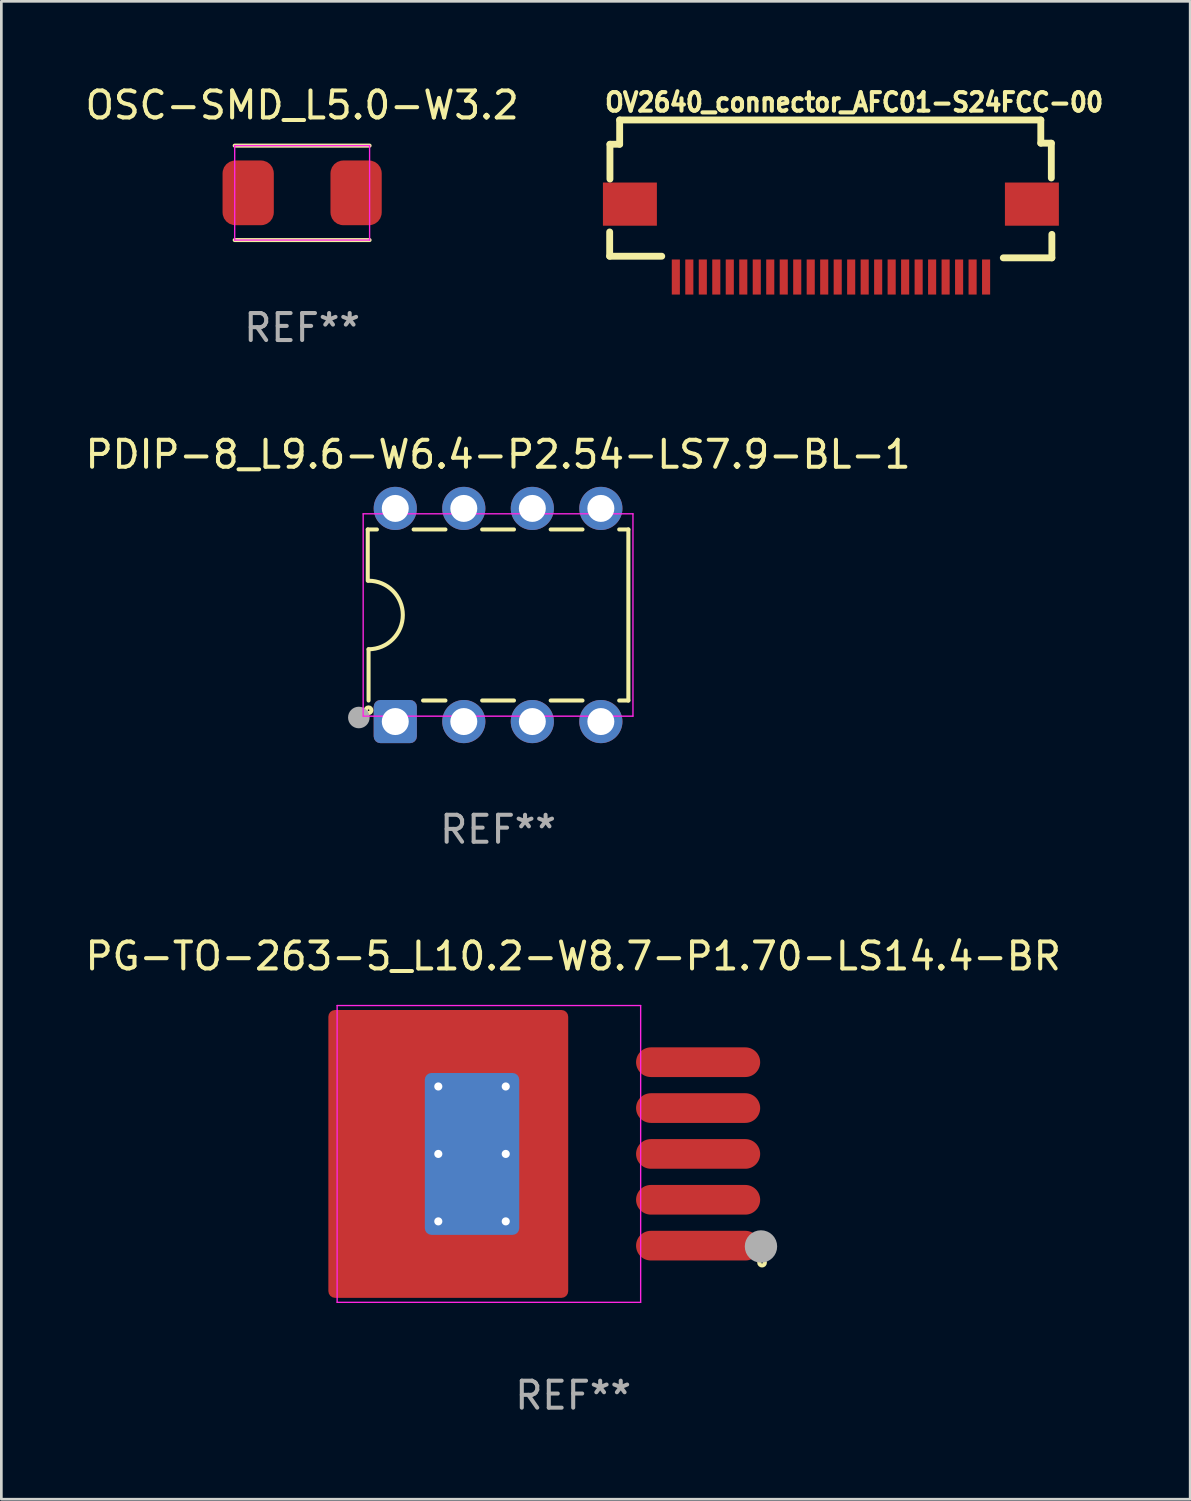
<source format=kicad_pcb>
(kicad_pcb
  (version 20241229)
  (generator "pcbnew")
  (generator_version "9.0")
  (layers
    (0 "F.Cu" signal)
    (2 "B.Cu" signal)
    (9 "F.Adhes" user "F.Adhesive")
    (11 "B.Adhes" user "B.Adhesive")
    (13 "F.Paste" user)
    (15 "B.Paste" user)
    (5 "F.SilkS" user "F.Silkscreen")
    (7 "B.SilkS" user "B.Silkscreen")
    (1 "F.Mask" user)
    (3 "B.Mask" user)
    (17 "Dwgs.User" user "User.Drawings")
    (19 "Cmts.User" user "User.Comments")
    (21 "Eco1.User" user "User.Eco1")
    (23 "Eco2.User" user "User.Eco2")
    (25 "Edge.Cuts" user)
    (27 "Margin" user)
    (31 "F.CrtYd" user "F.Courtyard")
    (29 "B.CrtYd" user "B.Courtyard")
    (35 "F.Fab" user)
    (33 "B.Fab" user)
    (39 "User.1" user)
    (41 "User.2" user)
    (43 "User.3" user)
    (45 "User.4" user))
  (footprint "OV2640_connector_AFC01-S24FCC-00"
    (layer "F.Cu")
    (at 27.748 5.867)
    (property "Reference" "OV2640_connector_AFC01-S24FCC-00" (at -8.45 -4.724 0) (layer "F.SilkS") (effects (font (size 0.686 0.628) (thickness 0.152)) (justify left bottom)))
    (fp_line (start -8.2 -0.32) (end -8.2 0.58) (stroke (width 0.254) (type default)) (layer "F.SilkS"))
    (fp_line (start -8.2 0.58) (end -6.27 0.58) (stroke (width 0.254) (type default)) (layer "F.SilkS"))
    (fp_line (start -8.19 -3.57) (end -7.83 -3.57) (stroke (width 0.254) (type default)) (layer "F.SilkS"))
    (fp_line (start -8.19 -2.28) (end -8.19 -3.57) (stroke (width 0.254) (type default)) (layer "F.SilkS"))
    (fp_line (start -7.83 -4.47) (end 7.78 -4.47) (stroke (width 0.254) (type default)) (layer "F.SilkS"))
    (fp_line (start -7.83 -3.57) (end -7.83 -4.47) (stroke (width 0.254) (type default)) (layer "F.SilkS"))
    (fp_line (start 7.78 -4.47) (end 7.78 -3.61) (stroke (width 0.254) (type default)) (layer "F.SilkS"))
    (fp_line (start 7.78 -3.61) (end 8.17 -3.61) (stroke (width 0.254) (type default)) (layer "F.SilkS"))
    (fp_line (start 8.17 -3.61) (end 8.17 -2.32) (stroke (width 0.254) (type default)) (layer "F.SilkS"))
    (fp_line (start 8.19 -0.23) (end 8.19 0.64) (stroke (width 0.254) (type default)) (layer "F.SilkS"))
    (fp_line (start 8.19 0.64) (end 6.39 0.64) (stroke (width 0.254) (type default)) (layer "F.SilkS"))
    (fp_poly (pts (xy -6.9 -1.851) (xy -6.9 -0.851) (xy -8.2 -0.851) (xy -8.2 -1.851)) (stroke (width 0.1) (type default)) (fill no) (layer "User.1"))
    (fp_poly (pts (xy -5.848 0.91) (xy -5.848 0.59) (xy -5.648 0.59) (xy -5.648 0.91)) (stroke (width 0.1) (type default)) (fill no) (layer "User.1"))
    (fp_poly (pts (xy -5.848 1.6) (xy -5.848 0.9) (xy -5.648 0.9) (xy -5.648 1.6)) (stroke (width 0.1) (type default)) (fill no) (layer "User.1"))
    (fp_poly (pts (xy -5.348 0.91) (xy -5.348 0.59) (xy -5.148 0.59) (xy -5.148 0.91)) (stroke (width 0.1) (type default)) (fill no) (layer "User.1"))
    (fp_poly (pts (xy -5.348 1.6) (xy -5.348 0.9) (xy -5.148 0.9) (xy -5.148 1.6)) (stroke (width 0.1) (type default)) (fill no) (layer "User.1"))
    (fp_poly (pts (xy -4.848 0.91) (xy -4.848 0.59) (xy -4.648 0.59) (xy -4.648 0.91)) (stroke (width 0.1) (type default)) (fill no) (layer "User.1"))
    (fp_poly (pts (xy -4.848 1.6) (xy -4.848 0.9) (xy -4.648 0.9) (xy -4.648 1.6)) (stroke (width 0.1) (type default)) (fill no) (layer "User.1"))
    (fp_poly (pts (xy -4.348 0.91) (xy -4.348 0.59) (xy -4.148 0.59) (xy -4.148 0.91)) (stroke (width 0.1) (type default)) (fill no) (layer "User.1"))
    (fp_poly (pts (xy -4.348 1.6) (xy -4.348 0.9) (xy -4.148 0.9) (xy -4.148 1.6)) (stroke (width 0.1) (type default)) (fill no) (layer "User.1"))
    (fp_poly (pts (xy -3.848 0.91) (xy -3.848 0.59) (xy -3.648 0.59) (xy -3.648 0.91)) (stroke (width 0.1) (type default)) (fill no) (layer "User.1"))
    (fp_poly (pts (xy -3.848 1.6) (xy -3.848 0.9) (xy -3.648 0.9) (xy -3.648 1.6)) (stroke (width 0.1) (type default)) (fill no) (layer "User.1"))
    (fp_poly (pts (xy -3.348 0.91) (xy -3.348 0.59) (xy -3.148 0.59) (xy -3.148 0.91)) (stroke (width 0.1) (type default)) (fill no) (layer "User.1"))
    (fp_poly (pts (xy -3.348 1.6) (xy -3.348 0.9) (xy -3.148 0.9) (xy -3.148 1.6)) (stroke (width 0.1) (type default)) (fill no) (layer "User.1"))
    (fp_poly (pts (xy -2.848 0.91) (xy -2.848 0.59) (xy -2.648 0.59) (xy -2.648 0.91)) (stroke (width 0.1) (type default)) (fill no) (layer "User.1"))
    (fp_poly (pts (xy -2.848 1.6) (xy -2.848 0.9) (xy -2.648 0.9) (xy -2.648 1.6)) (stroke (width 0.1) (type default)) (fill no) (layer "User.1"))
    (fp_poly (pts (xy -2.348 0.91) (xy -2.348 0.59) (xy -2.148 0.59) (xy -2.148 0.91)) (stroke (width 0.1) (type default)) (fill no) (layer "User.1"))
    (fp_poly (pts (xy -2.348 1.6) (xy -2.348 0.9) (xy -2.148 0.9) (xy -2.148 1.6)) (stroke (width 0.1) (type default)) (fill no) (layer "User.1"))
    (fp_poly (pts (xy -1.848 0.91) (xy -1.848 0.59) (xy -1.648 0.59) (xy -1.648 0.91)) (stroke (width 0.1) (type default)) (fill no) (layer "User.1"))
    (fp_poly (pts (xy -1.848 1.6) (xy -1.848 0.9) (xy -1.648 0.9) (xy -1.648 1.6)) (stroke (width 0.1) (type default)) (fill no) (layer "User.1"))
    (fp_poly (pts (xy -1.348 0.91) (xy -1.348 0.59) (xy -1.148 0.59) (xy -1.148 0.91)) (stroke (width 0.1) (type default)) (fill no) (layer "User.1"))
    (fp_poly (pts (xy -1.348 1.6) (xy -1.348 0.9) (xy -1.148 0.9) (xy -1.148 1.6)) (stroke (width 0.1) (type default)) (fill no) (layer "User.1"))
    (fp_poly (pts (xy -0.848 0.91) (xy -0.848 0.59) (xy -0.648 0.59) (xy -0.648 0.91)) (stroke (width 0.1) (type default)) (fill no) (layer "User.1"))
    (fp_poly (pts (xy -0.848 1.6) (xy -0.848 0.9) (xy -0.648 0.9) (xy -0.648 1.6)) (stroke (width 0.1) (type default)) (fill no) (layer "User.1"))
    (fp_poly (pts (xy -0.348 0.91) (xy -0.348 0.59) (xy -0.148 0.59) (xy -0.148 0.91)) (stroke (width 0.1) (type default)) (fill no) (layer "User.1"))
    (fp_poly (pts (xy -0.348 1.6) (xy -0.348 0.9) (xy -0.148 0.9) (xy -0.148 1.6)) (stroke (width 0.1) (type default)) (fill no) (layer "User.1"))
    (fp_poly (pts (xy 0.152 0.91) (xy 0.152 0.59) (xy 0.352 0.59) (xy 0.352 0.91)) (stroke (width 0.1) (type default)) (fill no) (layer "User.1"))
    (fp_poly (pts (xy 0.152 1.6) (xy 0.152 0.9) (xy 0.352 0.9) (xy 0.352 1.6)) (stroke (width 0.1) (type default)) (fill no) (layer "User.1"))
    (fp_poly (pts (xy 0.652 0.91) (xy 0.652 0.59) (xy 0.852 0.59) (xy 0.852 0.91)) (stroke (width 0.1) (type default)) (fill no) (layer "User.1"))
    (fp_poly (pts (xy 0.652 1.6) (xy 0.652 0.9) (xy 0.852 0.9) (xy 0.852 1.6)) (stroke (width 0.1) (type default)) (fill no) (layer "User.1"))
    (fp_poly (pts (xy 1.152 0.91) (xy 1.152 0.59) (xy 1.352 0.59) (xy 1.352 0.91)) (stroke (width 0.1) (type default)) (fill no) (layer "User.1"))
    (fp_poly (pts (xy 1.152 1.6) (xy 1.152 0.9) (xy 1.352 0.9) (xy 1.352 1.6)) (stroke (width 0.1) (type default)) (fill no) (layer "User.1"))
    (fp_poly (pts (xy 1.652 0.91) (xy 1.652 0.59) (xy 1.852 0.59) (xy 1.852 0.91)) (stroke (width 0.1) (type default)) (fill no) (layer "User.1"))
    (fp_poly (pts (xy 1.652 1.6) (xy 1.652 0.9) (xy 1.852 0.9) (xy 1.852 1.6)) (stroke (width 0.1) (type default)) (fill no) (layer "User.1"))
    (fp_poly (pts (xy 2.152 0.91) (xy 2.152 0.59) (xy 2.352 0.59) (xy 2.352 0.91)) (stroke (width 0.1) (type default)) (fill no) (layer "User.1"))
    (fp_poly (pts (xy 2.152 1.6) (xy 2.152 0.9) (xy 2.352 0.9) (xy 2.352 1.6)) (stroke (width 0.1) (type default)) (fill no) (layer "User.1"))
    (fp_poly (pts (xy 2.652 0.91) (xy 2.652 0.59) (xy 2.852 0.59) (xy 2.852 0.91)) (stroke (width 0.1) (type default)) (fill no) (layer "User.1"))
    (fp_poly (pts (xy 2.652 1.6) (xy 2.652 0.9) (xy 2.852 0.9) (xy 2.852 1.6)) (stroke (width 0.1) (type default)) (fill no) (layer "User.1"))
    (fp_poly (pts (xy 3.152 0.91) (xy 3.152 0.59) (xy 3.352 0.59) (xy 3.352 0.91)) (stroke (width 0.1) (type default)) (fill no) (layer "User.1"))
    (fp_poly (pts (xy 3.152 1.6) (xy 3.152 0.9) (xy 3.352 0.9) (xy 3.352 1.6)) (stroke (width 0.1) (type default)) (fill no) (layer "User.1"))
    (fp_poly (pts (xy 3.652 0.91) (xy 3.652 0.59) (xy 3.852 0.59) (xy 3.852 0.91)) (stroke (width 0.1) (type default)) (fill no) (layer "User.1"))
    (fp_poly (pts (xy 3.652 1.6) (xy 3.652 0.9) (xy 3.852 0.9) (xy 3.852 1.6)) (stroke (width 0.1) (type default)) (fill no) (layer "User.1"))
    (fp_poly (pts (xy 4.152 0.91) (xy 4.152 0.59) (xy 4.352 0.59) (xy 4.352 0.91)) (stroke (width 0.1) (type default)) (fill no) (layer "User.1"))
    (fp_poly (pts (xy 4.152 1.6) (xy 4.152 0.9) (xy 4.352 0.9) (xy 4.352 1.6)) (stroke (width 0.1) (type default)) (fill no) (layer "User.1"))
    (fp_poly (pts (xy 4.652 0.91) (xy 4.652 0.59) (xy 4.852 0.59) (xy 4.852 0.91)) (stroke (width 0.1) (type default)) (fill no) (layer "User.1"))
    (fp_poly (pts (xy 4.652 1.6) (xy 4.652 0.9) (xy 4.852 0.9) (xy 4.852 1.6)) (stroke (width 0.1) (type default)) (fill no) (layer "User.1"))
    (fp_poly (pts (xy 5.152 0.91) (xy 5.152 0.59) (xy 5.352 0.59) (xy 5.352 0.91)) (stroke (width 0.1) (type default)) (fill no) (layer "User.1"))
    (fp_poly (pts (xy 5.152 1.6) (xy 5.152 0.9) (xy 5.352 0.9) (xy 5.352 1.6)) (stroke (width 0.1) (type default)) (fill no) (layer "User.1"))
    (fp_poly (pts (xy 5.652 0.91) (xy 5.652 0.59) (xy 5.852 0.59) (xy 5.852 0.91)) (stroke (width 0.1) (type default)) (fill no) (layer "User.1"))
    (fp_poly (pts (xy 5.652 1.6) (xy 5.652 0.9) (xy 5.852 0.9) (xy 5.852 1.6)) (stroke (width 0.1) (type default)) (fill no) (layer "User.1"))
    (fp_poly (pts (xy 6.9 -0.851) (xy 6.9 -1.851) (xy 8.2 -1.851) (xy 8.2 -0.851)) (stroke (width 0.1) (type default)) (fill no) (layer "User.1"))
    (fp_line (start -8.2 -3.55) (end -7.8 -3.55) (stroke (width 0.051) (type default)) (layer "User.2"))
    (fp_line (start -8.2 0.6) (end -8.2 -3.55) (stroke (width 0.051) (type default)) (layer "User.2"))
    (fp_line (start -7.8 -4.49) (end 7.8 -4.49) (stroke (width 0.051) (type default)) (layer "User.2"))
    (fp_line (start -7.8 -3.55) (end -7.8 -4.49) (stroke (width 0.051) (type default)) (layer "User.2"))
    (fp_line (start 6 0.6) (end -8.2 0.6) (stroke (width 0.051) (type default)) (layer "User.2"))
    (fp_line (start 7.8 -4.49) (end 7.8 -3.55) (stroke (width 0.051) (type default)) (layer "User.2"))
    (fp_line (start 7.8 -3.55) (end 8.2 -3.55) (stroke (width 0.051) (type default)) (layer "User.2"))
    (fp_line (start 8.2 -3.55) (end 8.2 0.6) (stroke (width 0.051) (type default)) (layer "User.2"))
    (fp_line (start 8.2 0.6) (end 6 0.6) (stroke (width 0.051) (type default)) (layer "User.2"))
    (fp_poly (pts (xy -8 1.6) (xy -8.02 1.513) (xy -8.075 1.444) (xy -8.155 1.405) (xy -8.245 1.405) (xy -8.325 1.444) (xy -8.38 1.513) (xy -8.4 1.6) (xy -8.38 1.687) (xy -8.325 1.756) (xy -8.245 1.795) (xy -8.155 1.795) (xy -8.075 1.756) (xy -8.02 1.687)) (stroke (width 0.1) (type default)) (fill no) (layer "User.3"))
    (pad "1" smd rect (at -5.748 1.351) (size 0.3 1.3) (layers "F.Cu" "F.Mask" "F.Paste"))
    (pad "2" smd rect (at -5.248 1.351) (size 0.3 1.3) (layers "F.Cu" "F.Mask" "F.Paste"))
    (pad "3" smd rect (at -4.748 1.351) (size 0.3 1.3) (layers "F.Cu" "F.Mask" "F.Paste"))
    (pad "4" smd rect (at -4.248 1.351) (size 0.3 1.3) (layers "F.Cu" "F.Mask" "F.Paste"))
    (pad "5" smd rect (at -3.748 1.351) (size 0.3 1.3) (layers "F.Cu" "F.Mask" "F.Paste"))
    (pad "6" smd rect (at -3.248 1.351) (size 0.3 1.3) (layers "F.Cu" "F.Mask" "F.Paste"))
    (pad "7" smd rect (at -2.748 1.351) (size 0.3 1.3) (layers "F.Cu" "F.Mask" "F.Paste"))
    (pad "8" smd rect (at -2.248 1.351) (size 0.3 1.3) (layers "F.Cu" "F.Mask" "F.Paste"))
    (pad "9" smd rect (at -1.748 1.351) (size 0.3 1.3) (layers "F.Cu" "F.Mask" "F.Paste"))
    (pad "10" smd rect (at -1.248 1.351) (size 0.3 1.3) (layers "F.Cu" "F.Mask" "F.Paste"))
    (pad "11" smd rect (at -0.748 1.351) (size 0.3 1.3) (layers "F.Cu" "F.Mask" "F.Paste"))
    (pad "12" smd rect (at -0.248 1.351) (size 0.3 1.3) (layers "F.Cu" "F.Mask" "F.Paste"))
    (pad "13" smd rect (at 0.252 1.351) (size 0.3 1.3) (layers "F.Cu" "F.Mask" "F.Paste"))
    (pad "14" smd rect (at 0.752 1.351) (size 0.3 1.3) (layers "F.Cu" "F.Mask" "F.Paste"))
    (pad "15" smd rect (at 1.252 1.351) (size 0.3 1.3) (layers "F.Cu" "F.Mask" "F.Paste"))
    (pad "16" smd rect (at 1.752 1.351) (size 0.3 1.3) (layers "F.Cu" "F.Mask" "F.Paste"))
    (pad "17" smd rect (at 2.252 1.351) (size 0.3 1.3) (layers "F.Cu" "F.Mask" "F.Paste"))
    (pad "18" smd rect (at 2.752 1.351) (size 0.3 1.3) (layers "F.Cu" "F.Mask" "F.Paste"))
    (pad "19" smd rect (at 3.252 1.351) (size 0.3 1.3) (layers "F.Cu" "F.Mask" "F.Paste"))
    (pad "20" smd rect (at 3.752 1.351) (size 0.3 1.3) (layers "F.Cu" "F.Mask" "F.Paste"))
    (pad "21" smd rect (at 4.252 1.351) (size 0.3 1.3) (layers "F.Cu" "F.Mask" "F.Paste"))
    (pad "22" smd rect (at 4.752 1.351) (size 0.3 1.3) (layers "F.Cu" "F.Mask" "F.Paste"))
    (pad "23" smd rect (at 5.252 1.351) (size 0.3 1.3) (layers "F.Cu" "F.Mask" "F.Paste"))
    (pad "24" smd rect (at 5.752 1.351) (size 0.3 1.3) (layers "F.Cu" "F.Mask" "F.Paste"))
    (pad "25" smd rect (at 7.45 -1.351 270) (size 1.6 2) (layers "F.Cu" "F.Mask" "F.Paste"))
    (pad "26" smd rect (at -7.45 -1.351 270) (size 1.6 2) (layers "F.Cu" "F.Mask" "F.Paste")))
  (footprint "PDIP-8_L9.6-W6.4-P2.54-LS7.9-BL-1"
    (layer "F.Cu")
    (at 15.411 19.745)
    (property "Reference" "PDIP-8_L9.6-W6.4-P2.54-LS7.9-BL-1" (at 0 -5.95 0) (layer "F.SilkS") (effects (font (size 1 1) (thickness 0.15))))
    (attr through_hole)
    (fp_line (start -4.83 -3.17) (end -4.83 -1.27) (stroke (width 0.15) (type solid)) (layer "F.SilkS"))
    (fp_line (start -4.8 1.27) (end -4.8 3.17) (stroke (width 0.15) (type solid)) (layer "F.SilkS"))
    (fp_line (start -4.49 -3.17) (end -4.83 -3.17) (stroke (width 0.15) (type solid)) (layer "F.SilkS"))
    (fp_line (start -2.78 3.17) (end -1.95 3.17) (stroke (width 0.15) (type solid)) (layer "F.SilkS"))
    (fp_line (start -1.95 -3.17) (end -3.13 -3.17) (stroke (width 0.15) (type solid)) (layer "F.SilkS"))
    (fp_line (start -0.59 3.17) (end 0.59 3.17) (stroke (width 0.15) (type solid)) (layer "F.SilkS"))
    (fp_line (start 0.59 -3.17) (end -0.59 -3.17) (stroke (width 0.15) (type solid)) (layer "F.SilkS"))
    (fp_line (start 1.95 3.17) (end 3.13 3.17) (stroke (width 0.15) (type solid)) (layer "F.SilkS"))
    (fp_line (start 3.13 -3.17) (end 1.95 -3.17) (stroke (width 0.15) (type solid)) (layer "F.SilkS"))
    (fp_line (start 4.49 3.17) (end 4.83 3.17) (stroke (width 0.15) (type solid)) (layer "F.SilkS"))
    (fp_line (start 4.83 -3.17) (end 4.49 -3.17) (stroke (width 0.15) (type solid)) (layer "F.SilkS"))
    (fp_line (start 4.83 3.17) (end 4.83 -3.17) (stroke (width 0.15) (type solid)) (layer "F.SilkS"))
    (fp_arc (start -4.8 -1.27) (mid -3.53 0) (end -4.8 1.27) (stroke (width 0.15) (type solid)) (layer "F.SilkS"))
    (fp_circle (center -4.8 3.53) (end -4.77 3.53) (stroke (width 0.15) (type solid)) (fill no) (layer "F.SilkS"))
    (fp_line (start -5 -3.75) (end 5 -3.75) (stroke (width 0.05) (type default)) (layer "F.CrtYd"))
    (fp_line (start -5 3.75) (end -5 -3.75) (stroke (width 0.05) (type default)) (layer "F.CrtYd"))
    (fp_line (start 5 -3.75) (end 5 3.75) (stroke (width 0.05) (type default)) (layer "F.CrtYd"))
    (fp_line (start 5 3.75) (end -5 3.75) (stroke (width 0.05) (type default)) (layer "F.CrtYd"))
    (fp_circle (center -5.16 3.8) (end -4.96 3.8) (stroke (width 0.4) (type solid)) (fill no) (layer "F.Fab"))
    (fp_text user "REF**" (at 0 7.95 0) (layer "F.Fab") (effects (font (size 1 1) (thickness 0.15))))
    (pad "1" thru_hole roundrect (at -3.81 3.95) (size 1.6 1.6) (drill 1) (layers "*.Cu" "*.Mask") (roundrect_rratio 0.156))
    (pad "2" thru_hole circle (at -1.27 3.95) (size 1.6 1.6) (drill 1) (layers "*.Cu" "*.Mask"))
    (pad "3" thru_hole circle (at 1.27 3.95) (size 1.6 1.6) (drill 1) (layers "*.Cu" "*.Mask"))
    (pad "4" thru_hole circle (at 3.81 3.95) (size 1.6 1.6) (drill 1) (layers "*.Cu" "*.Mask"))
    (pad "5" thru_hole circle (at 3.81 -3.95) (size 1.6 1.6) (drill 1) (layers "*.Cu" "*.Mask"))
    (pad "6" thru_hole circle (at 1.27 -3.95) (size 1.6 1.6) (drill 1) (layers "*.Cu" "*.Mask"))
    (pad "7" thru_hole circle (at -1.27 -3.95) (size 1.6 1.6) (drill 1) (layers "*.Cu" "*.Mask"))
    (pad "8" thru_hole circle (at -3.81 -3.95) (size 1.6 1.6) (drill 1) (layers "*.Cu" "*.Mask")))
  (footprint "PG-TO-263-5_L10.2-W8.7-P1.70-LS14.4-BR"
    (layer "F.Cu")
    (at 18.196 39.721)
    (property "Reference" "PG-TO-263-5_L10.2-W8.7-P1.70-LS14.4-BR" (at 0 -7.33 0) (layer "F.SilkS") (effects (font (size 1 1) (thickness 0.15))))
    (attr through_hole)
    (fp_circle (center 7 4.03) (end 7.03 4.03) (stroke (width 0.15) (type solid)) (fill no) (layer "F.SilkS"))
    (fp_line (start -8.75 -5.5) (end -8.75 5.5) (stroke (width 0.05) (type default)) (layer "F.CrtYd"))
    (fp_line (start -8.75 5.5) (end 2.5 5.5) (stroke (width 0.05) (type default)) (layer "F.CrtYd"))
    (fp_line (start 2.5 -5.5) (end -8.75 -5.5) (stroke (width 0.05) (type default)) (layer "F.CrtYd"))
    (fp_line (start 2.5 5.5) (end 2.5 -5.5) (stroke (width 0.05) (type default)) (layer "F.CrtYd"))
    (fp_circle (center 6.96 3.43) (end 7.26 3.43) (stroke (width 0.6) (type solid)) (fill no) (layer "F.Fab"))
    (fp_text user "REF**" (at 0 8.95 0) (layer "F.Fab") (effects (font (size 1 1) (thickness 0.15))))
    (pad "1" smd oval (at 4.63 3.4) (size 4.6 1.1) (layers "F.Cu" "F.Mask" "F.Paste"))
    (pad "2" smd oval (at 4.63 1.7) (size 4.6 1.1) (layers "F.Cu" "F.Mask" "F.Paste"))
    (pad "3" smd oval (at 4.63 0) (size 4.6 1.1) (layers "F.Cu" "F.Mask" "F.Paste"))
    (pad "4" smd oval (at 4.63 -1.7) (size 4.6 1.1) (layers "F.Cu" "F.Mask" "F.Paste"))
    (pad "5" smd oval (at 4.63 -3.4) (size 4.6 1.1) (layers "F.Cu" "F.Mask" "F.Paste"))
    (pad "6" thru_hole circle (at -5 -2.5 90) (size 0.5 0.5) (drill 0.3) (layers "*.Cu" "F.Mask"))
    (pad "6" thru_hole circle (at -5 0 90) (size 0.5 0.5) (drill 0.3) (layers "*.Cu" "F.Mask"))
    (pad "6" thru_hole circle (at -5 2.5 90) (size 0.5 0.5) (drill 0.3) (layers "*.Cu" "F.Mask"))
    (pad "6" smd roundrect (at -4.63 0) (size 8.89 10.67) (layers "F.Cu" "F.Mask" "F.Paste") (roundrect_rratio 0.028))
    (pad "6" smd roundrect (at -3.75 0) (size 3.5 6) (layers "B.Cu") (roundrect_rratio 0.071))
    (pad "6" thru_hole circle (at -2.5 -2.5 90) (size 0.5 0.5) (drill 0.3) (layers "*.Cu" "F.Mask"))
    (pad "6" thru_hole circle (at -2.5 0 90) (size 0.5 0.5) (drill 0.3) (layers "*.Cu" "F.Mask"))
    (pad "6" thru_hole circle (at -2.5 2.5 90) (size 0.5 0.5) (drill 0.3) (layers "*.Cu" "F.Mask")))
  (footprint "OSC-SMD_L5.0-W3.2"
    (layer "F.Cu")
    (at 8.149 4.098)
    (property "Reference" "OSC-SMD_L5.0-W3.2" (at 0 -3.25 0) (layer "F.SilkS") (effects (font (size 1 1) (thickness 0.15))))
    (attr smd)
    (fp_line (start -2.5 -1.75) (end 2.5 -1.75) (stroke (width 0.15) (type default)) (layer "F.SilkS"))
    (fp_line (start -2.5 1.75) (end 2.5 1.75) (stroke (width 0.15) (type default)) (layer "F.SilkS"))
    (fp_line (start -2.5 -1.75) (end 2.5 -1.75) (stroke (width 0.05) (type default)) (layer "F.CrtYd"))
    (fp_line (start -2.5 1.75) (end -2.5 -1.75) (stroke (width 0.05) (type default)) (layer "F.CrtYd"))
    (fp_line (start 2.5 -1.75) (end 2.5 1.75) (stroke (width 0.05) (type default)) (layer "F.CrtYd"))
    (fp_line (start 2.5 1.75) (end -2.5 1.75) (stroke (width 0.05) (type default)) (layer "F.CrtYd"))
    (fp_text user "REF**" (at 0 5 0) (layer "F.Fab") (effects (font (size 1 1) (thickness 0.15))))
    (pad "1" smd roundrect (at -2 0) (size 1.9 2.4) (layers "F.Cu" "F.Mask" "F.Paste") (roundrect_rratio 0.25))
    (pad "2" smd roundrect (at 2 0) (size 1.9 2.4) (layers "F.Cu" "F.Mask" "F.Paste") (roundrect_rratio 0.25))
    (zone (net_name "") (layer "F.Cu") (hatch edge 0.5) (connect_pads) (min_thickness 0.25) (filled_areas_thickness no) (keepout (tracks allowed) (vias allowed) (pads allowed) (copperpour not_allowed) (footprints not_allowed)) (placement (enabled no)) (fill) (polygon (pts (xy 5.149 2.098) (xy 11.149 2.098) (xy 11.149 6.098) (xy 5.149 6.098)))))
  (gr_rect
    (start -3 -3)
    (end 41.065 52.52)
    (stroke (width 0.1) (type default))
    (fill no)
    (layer "Edge.Cuts")))
</source>
